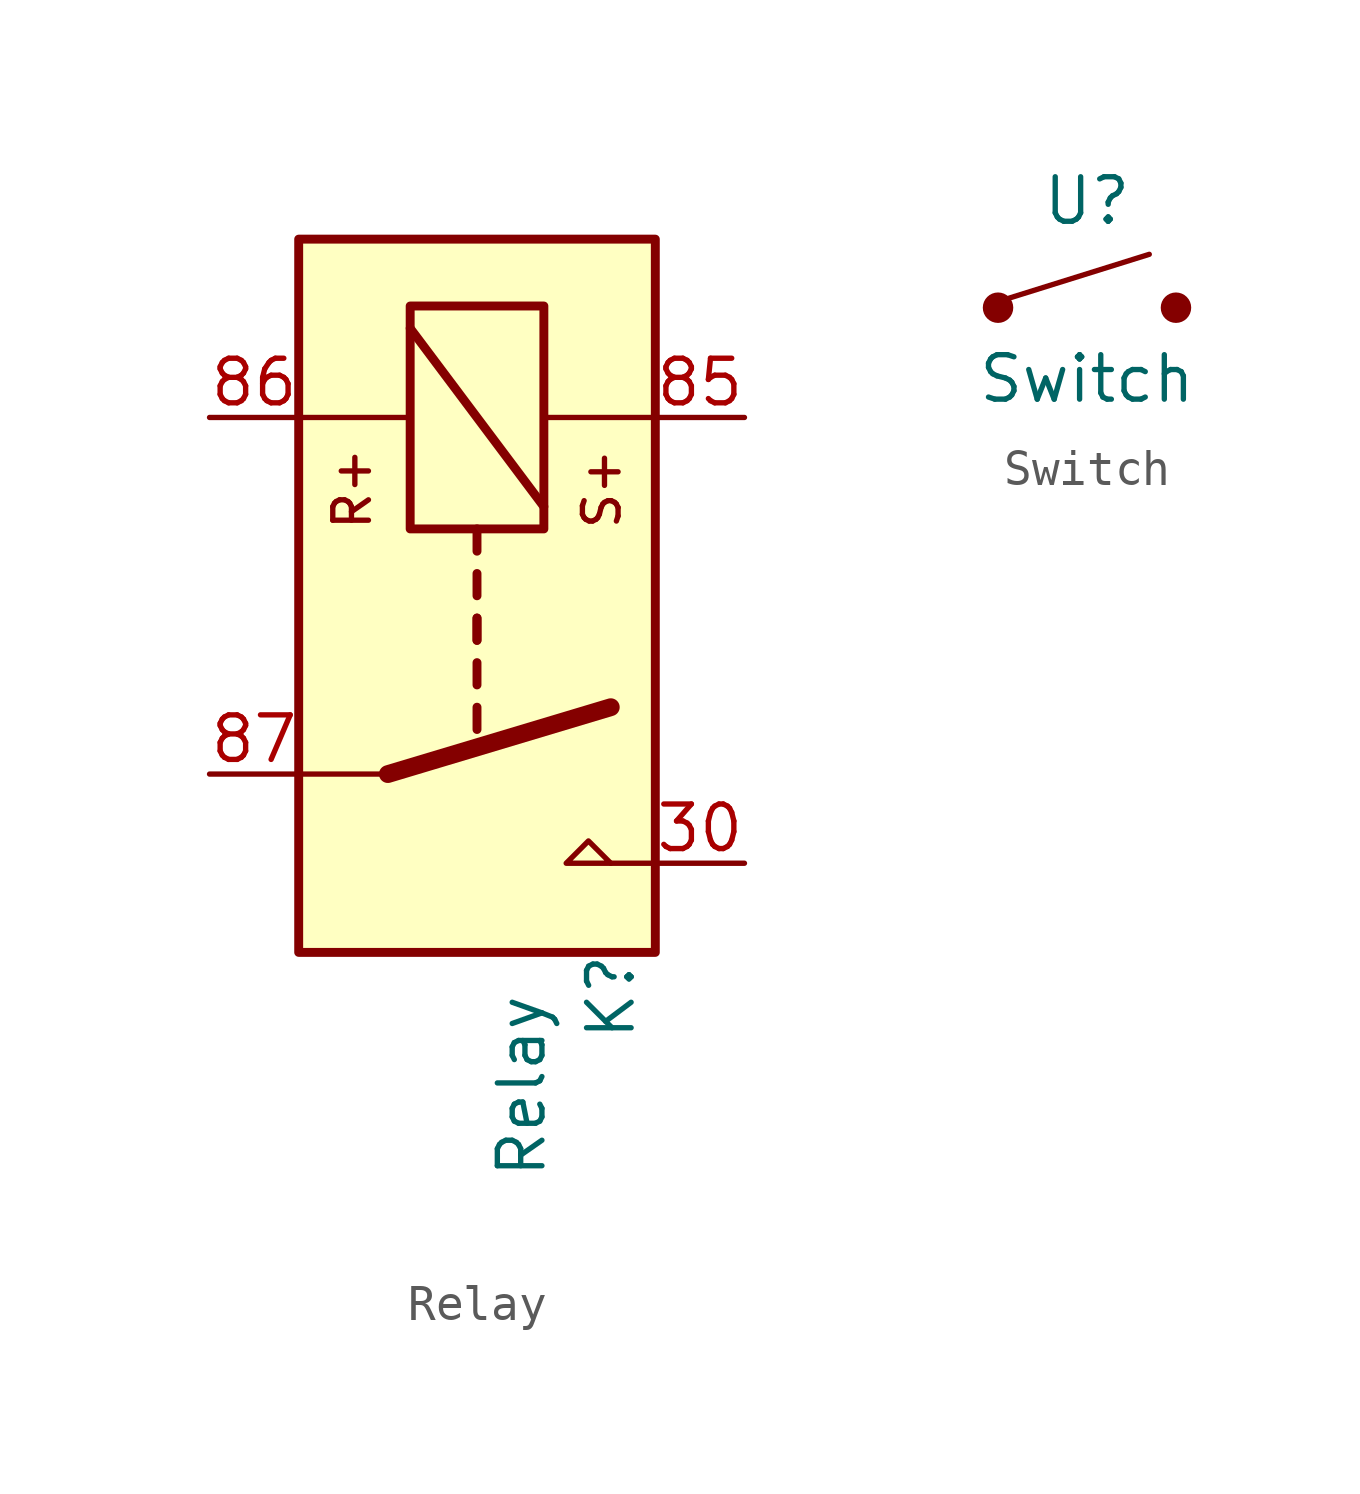
<source format=kicad_sym>
(kicad_symbol_lib
  (version 20211014)
  (generator kicad_symbol_editor)
  (symbol "Relay"
    (property "Reference" "K"
      (at 3.747 -11.57 90)
      (effects (font (size 1.27 1.27))))
    (property "Value" "Relay"
      (at 1.206 -14.11 90)
      (effects (font (size 1.27 1.27))))
    (symbol "Relay_1_1"
      (polyline (pts (xy -5.144 4.94) (xy -1.968 4.94)) (stroke (width 0) (type default) (color 0 0 0 0)) (fill (type none)))
      (polyline (pts (xy -2.603 -5.22) (xy -5.144 -5.22)) (stroke (width 0) (type default) (color 0 0 0 0)) (fill (type none)))
      (polyline (pts (xy -2.603 -5.22) (xy 3.747 -3.315)) (stroke (width 0.508) (type default) (color 0 0 0 0)) (fill (type none)))
      (polyline (pts (xy -1.968 7.48) (xy 1.841 2.4)) (stroke (width 0.254) (type default) (color 0 0 0 0)) (fill (type none)))
      (polyline (pts (xy -0.064 -3.315) (xy -0.064 -3.95)) (stroke (width 0.254) (type default) (color 0 0 0 0)) (fill (type none)))
      (polyline (pts (xy -0.064 -2.045) (xy -0.064 -2.68)) (stroke (width 0.254) (type default) (color 0 0 0 0)) (fill (type none)))
      (polyline (pts (xy -0.064 -0.775) (xy -0.064 -1.41)) (stroke (width 0.254) (type default) (color 0 0 0 0)) (fill (type none)))
      (polyline (pts (xy -0.064 -0.775) (xy -0.064 -1.41)) (stroke (width 0.254) (type default) (color 0 0 0 0)) (fill (type none)))
      (polyline (pts (xy -0.064 0.495) (xy -0.064 -0.14)) (stroke (width 0.254) (type default) (color 0 0 0 0)) (fill (type none)))
      (polyline (pts (xy -0.064 1.765) (xy -0.064 1.13)) (stroke (width 0.254) (type default) (color 0 0 0 0)) (fill (type none)))
      (polyline (pts (xy 3.747 -7.76) (xy 5.016 -7.76)) (stroke (width 0) (type default) (color 0 0 0 0)) (fill (type none)))
      (polyline (pts (xy 5.016 4.94) (xy 1.841 4.94)) (stroke (width 0) (type default) (color 0 0 0 0)) (fill (type none)))
      (polyline (pts (xy 3.747 -7.76) (xy 2.477 -7.76) (xy 3.111 -7.125) (xy 3.747 -7.76)) (stroke (width 0) (type default) (color 0 0 0 0)) (fill (type none)))
      (rectangle (start 1.841 8.115) (end -1.968 1.765) (stroke (width 0.254) (type default) (color 0 0 0 0)) (fill (type none)))
      (rectangle (start 5.016 10.02) (end -5.144 -10.3) (stroke (width 0.254) (type default) (color 0 0 0 0)) (fill (type background)))
      (text "R+" (at -3.619 2.908 900) (effects (font (size 1.016 1.016))))
      (text "S+" (at 3.493 2.908 900) (effects (font (size 1.016 1.016))))
      (pin passive line (at 7.556 -7.76 180) (length 2.54) (name "~" (effects (font (size 1.27 1.27)))) (number "30" (effects (font (size 1.27 1.27)))))
      (pin passive line (at 7.556 4.94 180) (length 2.54) (name "~" (effects (font (size 1.27 1.27)))) (number "85" (effects (font (size 1.27 1.27)))))
      (pin passive line (at -7.684 4.94 0) (length 2.54) (name "~" (effects (font (size 1.27 1.27)))) (number "86" (effects (font (size 1.27 1.27)))))
      (pin passive line (at -7.684 -5.22 0) (length 2.54) (name "~" (effects (font (size 1.27 1.27)))) (number "87" (effects (font (size 1.27 1.27)))))))
  (symbol "Switch"
    (property "Reference" "U"
      (at 0 3.048 0)
      (effects (font (size 1.27 1.27))))
    (property "Value" "Switch"
      (at 0 -2.032 0)
      (effects (font (size 1.27 1.27))))
    (symbol "Switch_0_1"
      (circle (center -2.54 0) (radius 0.359) (stroke (width 0) (type default) (color 0 0 0 0)) (fill (type outline)))
      (polyline (pts (xy -2.286 0.254) (xy 1.778 1.524)) (stroke (width 0) (type default) (color 0 0 0 0)) (fill (type none)))
      (circle (center 2.54 0) (radius 0.359) (stroke (width 0) (type default) (color 0 0 0 0)) (fill (type outline))))
    (symbol "Switch_1_1"
      (pin input line (at -2.54 0 0) (length 0) (name "" (effects (font (size 1.27 1.27)))) (number "" (effects (font (size 1.27 1.27)))))
      (pin input line (at 2.54 0 0) (length 0) (name "" (effects (font (size 1.27 1.27)))) (number "" (effects (font (size 1.27 1.27))))))))
</source>
